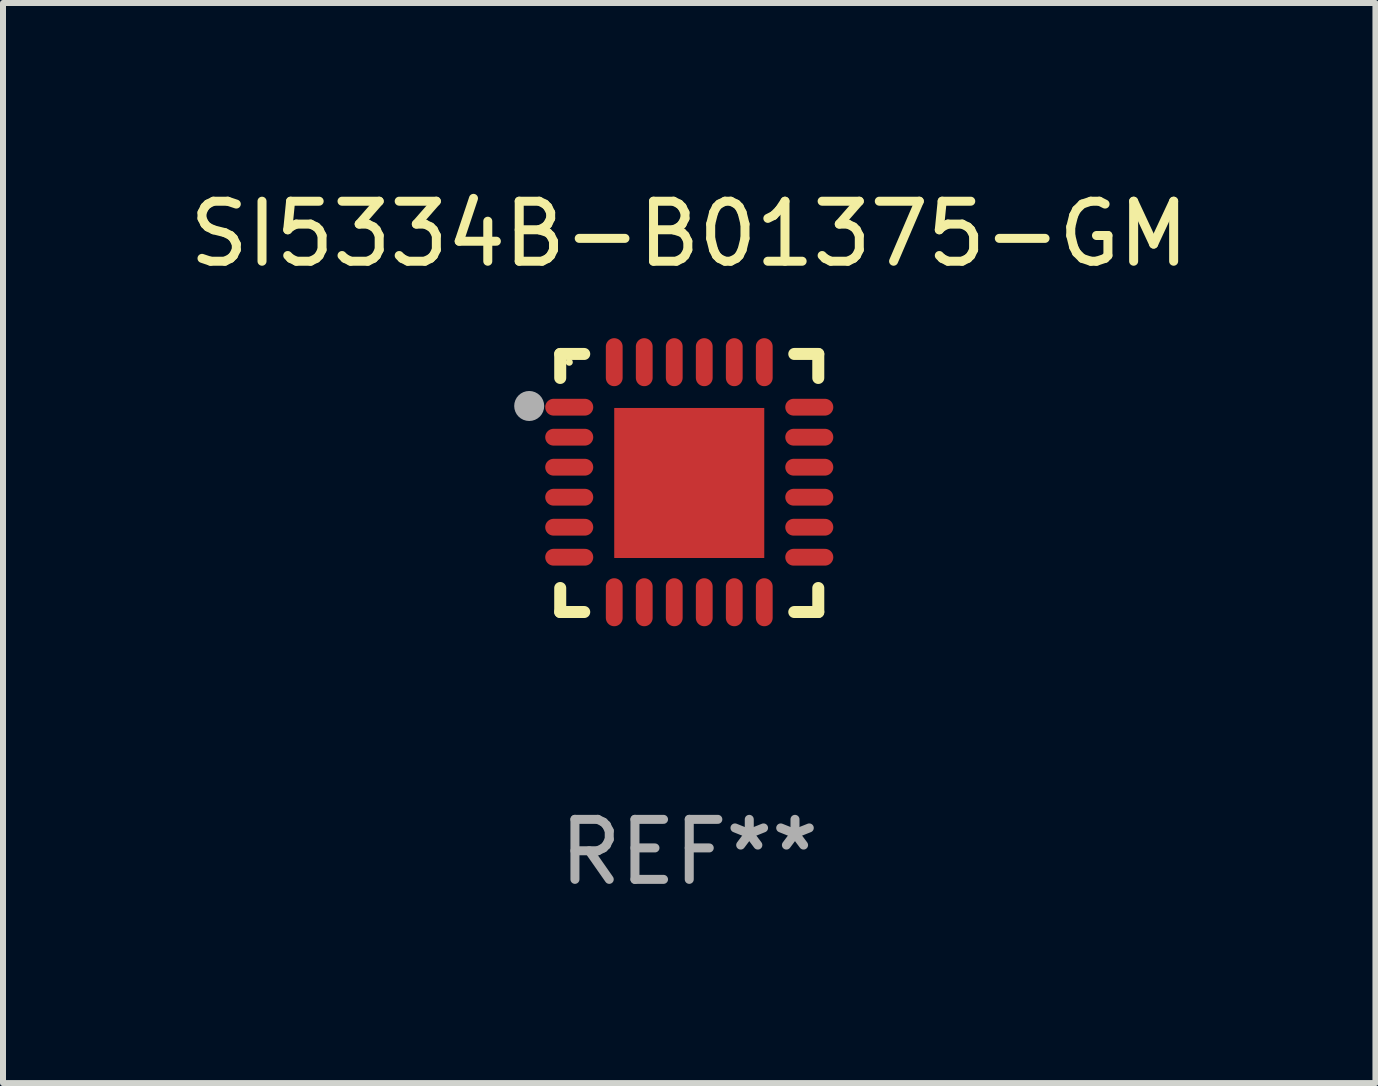
<source format=kicad_pcb>
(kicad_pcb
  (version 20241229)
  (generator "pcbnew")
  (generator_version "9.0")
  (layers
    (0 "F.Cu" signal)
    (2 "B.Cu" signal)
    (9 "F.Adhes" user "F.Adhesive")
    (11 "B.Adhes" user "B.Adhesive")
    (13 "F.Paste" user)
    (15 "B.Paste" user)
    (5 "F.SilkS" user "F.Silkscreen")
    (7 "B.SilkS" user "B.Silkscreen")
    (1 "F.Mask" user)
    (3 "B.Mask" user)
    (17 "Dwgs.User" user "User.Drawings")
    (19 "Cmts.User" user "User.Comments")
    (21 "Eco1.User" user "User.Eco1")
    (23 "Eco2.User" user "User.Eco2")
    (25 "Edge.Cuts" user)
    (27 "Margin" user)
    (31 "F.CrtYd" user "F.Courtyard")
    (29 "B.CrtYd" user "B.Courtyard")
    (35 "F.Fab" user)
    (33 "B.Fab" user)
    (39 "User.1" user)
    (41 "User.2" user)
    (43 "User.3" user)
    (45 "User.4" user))
  (footprint "SI5334B-B01375-GM"
    (layer "F.Cu")
    (at 8.435 4.998)
    (property "Reference" "SI5334B-B01375-GM" (at 0 -4.15 0) (layer "F.SilkS") (effects (font (size 1 1) (thickness 0.15))))
    (attr through_hole)
    (fp_line (start -2.15 -2.15) (end -1.75 -2.15) (stroke (width 0.2) (type solid)) (layer "F.SilkS"))
    (fp_line (start -2.15 -1.75) (end -2.15 -2.15) (stroke (width 0.2) (type solid)) (layer "F.SilkS"))
    (fp_line (start -2.15 2.15) (end -2.15 1.75) (stroke (width 0.2) (type solid)) (layer "F.SilkS"))
    (fp_line (start -1.75 2.15) (end -2.15 2.15) (stroke (width 0.2) (type solid)) (layer "F.SilkS"))
    (fp_line (start 1.75 -2.15) (end 2.15 -2.15) (stroke (width 0.2) (type solid)) (layer "F.SilkS"))
    (fp_line (start 1.75 2.15) (end 2.15 2.15) (stroke (width 0.2) (type solid)) (layer "F.SilkS"))
    (fp_line (start 2.15 -2.15) (end 2.15 -1.75) (stroke (width 0.2) (type solid)) (layer "F.SilkS"))
    (fp_line (start 2.15 2.15) (end 2.15 1.75) (stroke (width 0.2) (type solid)) (layer "F.SilkS"))
    (fp_circle (center -2 -2.013) (end -1.97 -2.013) (stroke (width 0.06) (type solid)) (fill no) (layer "F.SilkS"))
    (fp_circle (center -2.667 -1.283) (end -2.542 -1.283) (stroke (width 0.25) (type solid)) (fill no) (layer "F.Fab"))
    (fp_text user "REF**" (at 0 6.15 0) (layer "F.Fab") (effects (font (size 1 1) (thickness 0.15))))
    (pad "1" smd oval (at -2 -1.263) (size 0.8 0.28) (layers "F.Cu" "F.Mask" "F.Paste"))
    (pad "2" smd oval (at -2 -0.763) (size 0.8 0.28) (layers "F.Cu" "F.Mask" "F.Paste"))
    (pad "3" smd oval (at -2 -0.263) (size 0.8 0.28) (layers "F.Cu" "F.Mask" "F.Paste"))
    (pad "4" smd oval (at -2 0.237) (size 0.8 0.28) (layers "F.Cu" "F.Mask" "F.Paste"))
    (pad "5" smd oval (at -2 0.737) (size 0.8 0.28) (layers "F.Cu" "F.Mask" "F.Paste"))
    (pad "6" smd oval (at -2 1.237) (size 0.8 0.28) (layers "F.Cu" "F.Mask" "F.Paste"))
    (pad "7" smd oval (at -1.25 1.987) (size 0.28 0.8) (layers "F.Cu" "F.Mask" "F.Paste"))
    (pad "8" smd oval (at -0.75 1.987) (size 0.28 0.8) (layers "F.Cu" "F.Mask" "F.Paste"))
    (pad "9" smd oval (at -0.25 1.987) (size 0.28 0.8) (layers "F.Cu" "F.Mask" "F.Paste"))
    (pad "10" smd oval (at 0.25 1.987) (size 0.28 0.8) (layers "F.Cu" "F.Mask" "F.Paste"))
    (pad "11" smd oval (at 0.75 1.987) (size 0.28 0.8) (layers "F.Cu" "F.Mask" "F.Paste"))
    (pad "12" smd oval (at 1.25 1.987) (size 0.28 0.8) (layers "F.Cu" "F.Mask" "F.Paste"))
    (pad "13" smd oval (at 2 1.237) (size 0.8 0.28) (layers "F.Cu" "F.Mask" "F.Paste"))
    (pad "14" smd oval (at 2 0.737) (size 0.8 0.28) (layers "F.Cu" "F.Mask" "F.Paste"))
    (pad "15" smd oval (at 2 0.237) (size 0.8 0.28) (layers "F.Cu" "F.Mask" "F.Paste"))
    (pad "16" smd oval (at 2 -0.263) (size 0.8 0.28) (layers "F.Cu" "F.Mask" "F.Paste"))
    (pad "17" smd oval (at 2 -0.763) (size 0.8 0.28) (layers "F.Cu" "F.Mask" "F.Paste"))
    (pad "18" smd oval (at 2 -1.263) (size 0.8 0.28) (layers "F.Cu" "F.Mask" "F.Paste"))
    (pad "19" smd oval (at 1.25 -2.013) (size 0.28 0.8) (layers "F.Cu" "F.Mask" "F.Paste"))
    (pad "20" smd oval (at 0.75 -2.013) (size 0.28 0.8) (layers "F.Cu" "F.Mask" "F.Paste"))
    (pad "21" smd oval (at 0.25 -2.013) (size 0.28 0.8) (layers "F.Cu" "F.Mask" "F.Paste"))
    (pad "22" smd oval (at -0.25 -2.013) (size 0.28 0.8) (layers "F.Cu" "F.Mask" "F.Paste"))
    (pad "23" smd oval (at -0.75 -2.013) (size 0.28 0.8) (layers "F.Cu" "F.Mask" "F.Paste"))
    (pad "24" smd oval (at -1.25 -2.013) (size 0.28 0.8) (layers "F.Cu" "F.Mask" "F.Paste"))
    (pad "25" smd rect (at -0.000127 -0.00014) (size 2.5 2.5) (layers "F.Cu" "F.Mask" "F.Paste")))
  (gr_rect
    (start -3 -3)
    (end 19.869 14.997)
    (stroke (width 0.1) (type default))
    (fill no)
    (layer "Edge.Cuts")))
</source>
